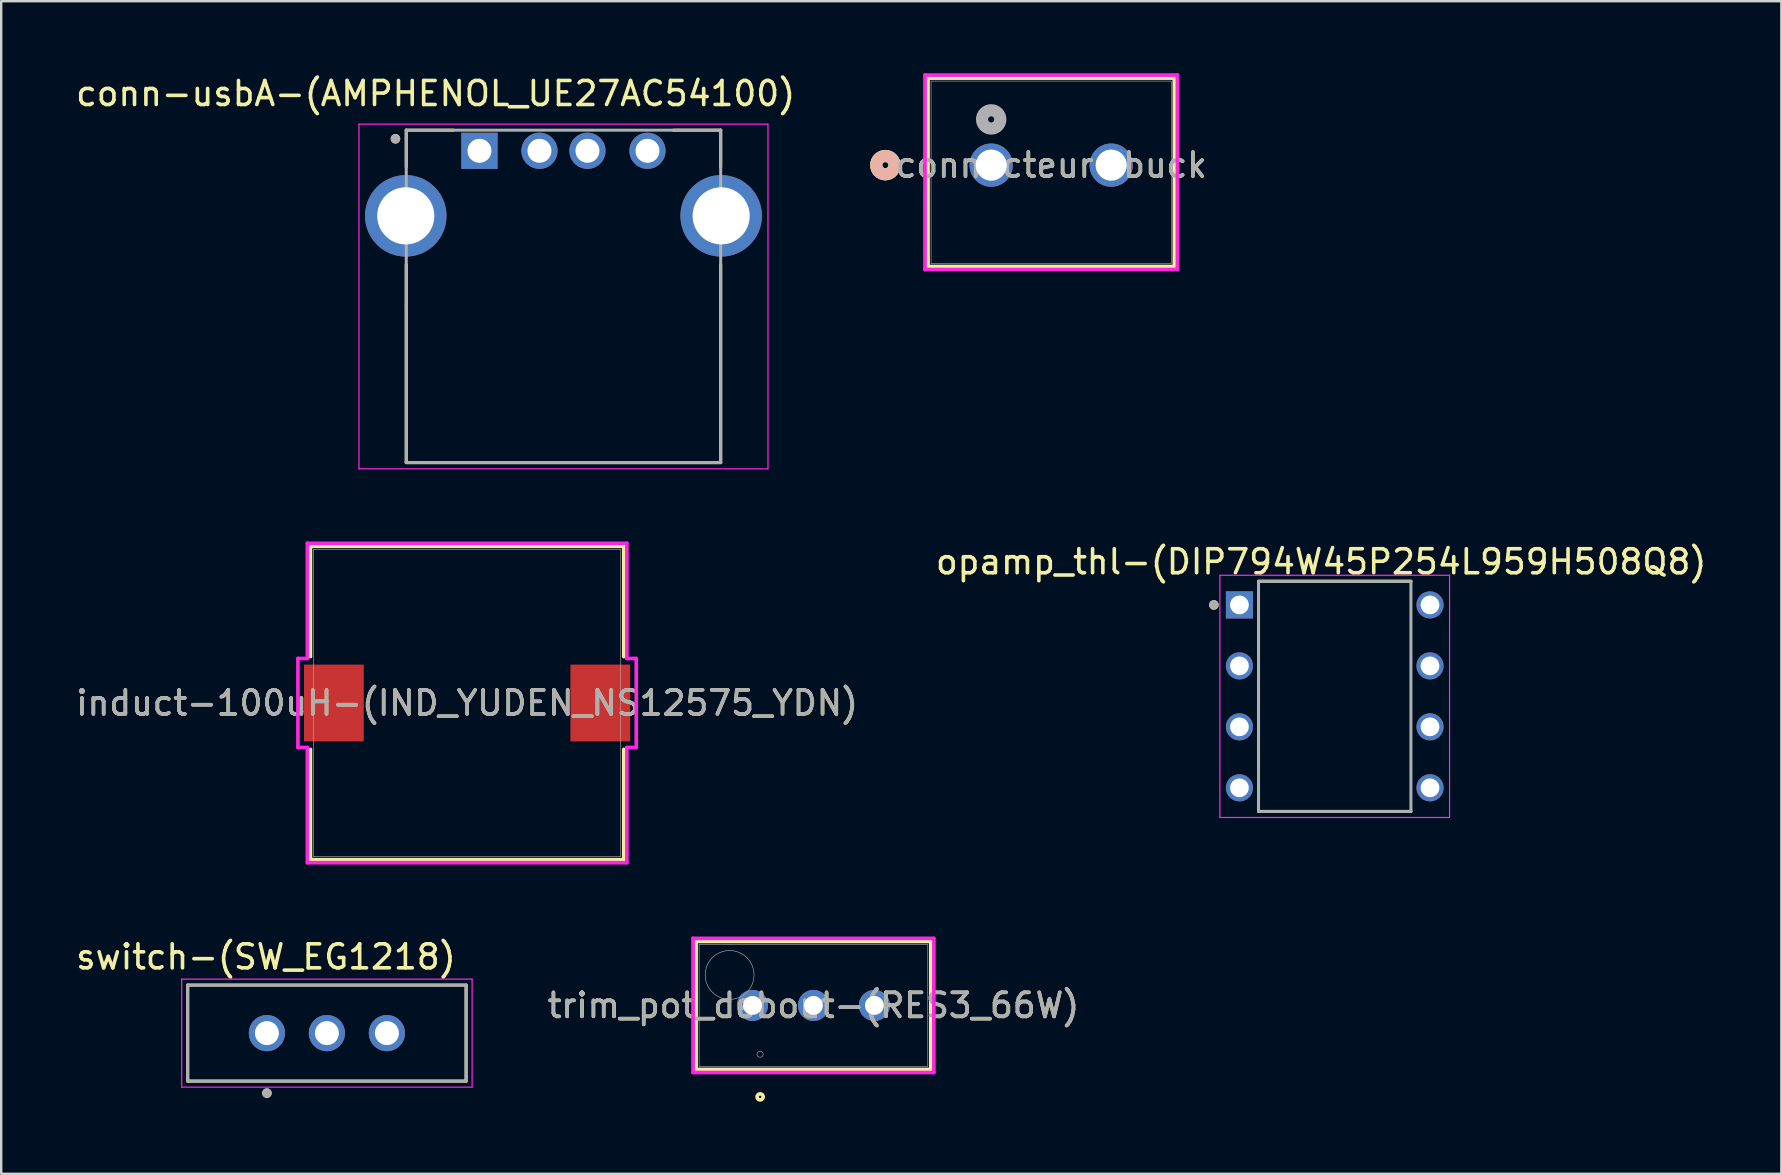
<source format=kicad_pcb>
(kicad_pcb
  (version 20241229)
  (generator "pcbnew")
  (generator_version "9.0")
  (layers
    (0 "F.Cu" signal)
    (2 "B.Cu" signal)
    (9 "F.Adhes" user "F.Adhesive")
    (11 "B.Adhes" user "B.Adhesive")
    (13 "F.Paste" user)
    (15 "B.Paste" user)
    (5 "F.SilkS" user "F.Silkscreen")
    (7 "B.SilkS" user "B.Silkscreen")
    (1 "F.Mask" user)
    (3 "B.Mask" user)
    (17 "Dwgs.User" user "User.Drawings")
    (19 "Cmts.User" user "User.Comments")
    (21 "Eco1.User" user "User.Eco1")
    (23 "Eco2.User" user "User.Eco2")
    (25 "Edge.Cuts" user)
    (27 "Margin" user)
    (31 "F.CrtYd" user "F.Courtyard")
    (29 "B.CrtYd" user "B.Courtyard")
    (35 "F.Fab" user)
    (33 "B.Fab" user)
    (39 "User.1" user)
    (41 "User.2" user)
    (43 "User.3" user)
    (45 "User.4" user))
  (footprint "opamp_thl-(DIP794W45P254L959H508Q8)"
    (layer "F.Cu")
    (at 52.559 25.963)
    (property "Reference" "opamp_thl-(DIP794W45P254L959H508Q8)" (at -0.565 -5.607 0) (layer "F.SilkS") (effects (font (size 1 1) (thickness 0.15))))
    (attr through_hole)
    (fp_line (start -3.175 -4.795) (end 3.175 -4.795) (stroke (width 0.127) (type solid)) (layer "F.SilkS"))
    (fp_line (start -3.175 4.795) (end 3.175 4.795) (stroke (width 0.127) (type solid)) (layer "F.SilkS"))
    (fp_circle (center -5.035 -3.81) (end -4.935 -3.81) (stroke (width 0.2) (type solid)) (fill no) (layer "F.SilkS"))
    (fp_line (start -4.785 -5.045) (end -4.785 5.045) (stroke (width 0.05) (type solid)) (layer "F.CrtYd"))
    (fp_line (start 4.785 -5.045) (end -4.785 -5.045) (stroke (width 0.05) (type solid)) (layer "F.CrtYd"))
    (fp_line (start 4.785 -5.045) (end 4.785 5.045) (stroke (width 0.05) (type solid)) (layer "F.CrtYd"))
    (fp_line (start 4.785 5.045) (end -4.785 5.045) (stroke (width 0.05) (type solid)) (layer "F.CrtYd"))
    (fp_line (start -3.175 -4.795) (end -3.175 4.795) (stroke (width 0.127) (type solid)) (layer "F.Fab"))
    (fp_line (start -3.175 -4.795) (end 3.175 -4.795) (stroke (width 0.127) (type solid)) (layer "F.Fab"))
    (fp_line (start -3.175 4.795) (end 3.175 4.795) (stroke (width 0.127) (type solid)) (layer "F.Fab"))
    (fp_line (start 3.175 -4.795) (end 3.175 4.795) (stroke (width 0.127) (type solid)) (layer "F.Fab"))
    (fp_circle (center -5.035 -3.81) (end -4.935 -3.81) (stroke (width 0.2) (type solid)) (fill no) (layer "F.Fab"))
    (pad "1" thru_hole rect (at -3.97 -3.81) (size 1.13 1.13) (drill 0.78) (layers "*.Cu" "*.Mask"))
    (pad "2" thru_hole circle (at -3.97 -1.27) (size 1.13 1.13) (drill 0.78) (layers "*.Cu" "*.Mask"))
    (pad "3" thru_hole circle (at -3.97 1.27) (size 1.13 1.13) (drill 0.78) (layers "*.Cu" "*.Mask"))
    (pad "4" thru_hole circle (at -3.97 3.81) (size 1.13 1.13) (drill 0.78) (layers "*.Cu" "*.Mask"))
    (pad "5" thru_hole circle (at 3.97 3.81) (size 1.13 1.13) (drill 0.78) (layers "*.Cu" "*.Mask"))
    (pad "6" thru_hole circle (at 3.97 1.27) (size 1.13 1.13) (drill 0.78) (layers "*.Cu" "*.Mask"))
    (pad "7" thru_hole circle (at 3.97 -1.27) (size 1.13 1.13) (drill 0.78) (layers "*.Cu" "*.Mask"))
    (pad "8" thru_hole circle (at 3.97 -3.81) (size 1.13 1.13) (drill 0.78) (layers "*.Cu" "*.Mask")))
  (footprint "switch-(SW_EG1218)"
    (layer "F.Cu")
    (at 10.57 39.993)
    (property "Reference" "switch-(SW_EG1218)" (at -2.54 -3.175 0) (layer "F.SilkS") (effects (font (size 1 1) (thickness 0.15))))
    (attr through_hole)
    (fp_line (start -5.8 -2) (end 5.8 -2) (stroke (width 0.127) (type solid)) (layer "F.SilkS"))
    (fp_line (start -5.8 2) (end -5.8 -2) (stroke (width 0.127) (type solid)) (layer "F.SilkS"))
    (fp_line (start 5.8 -2) (end 5.8 2) (stroke (width 0.127) (type solid)) (layer "F.SilkS"))
    (fp_line (start 5.8 2) (end -5.8 2) (stroke (width 0.127) (type solid)) (layer "F.SilkS"))
    (fp_circle (center -2.5 2.5) (end -2.4 2.5) (stroke (width 0.2) (type solid)) (fill no) (layer "F.SilkS"))
    (fp_line (start -6.05 -2.25) (end 6.05 -2.25) (stroke (width 0.05) (type solid)) (layer "F.CrtYd"))
    (fp_line (start -6.05 2.25) (end -6.05 -2.25) (stroke (width 0.05) (type solid)) (layer "F.CrtYd"))
    (fp_line (start 6.05 -2.25) (end 6.05 2.25) (stroke (width 0.05) (type solid)) (layer "F.CrtYd"))
    (fp_line (start 6.05 2.25) (end -6.05 2.25) (stroke (width 0.05) (type solid)) (layer "F.CrtYd"))
    (fp_line (start -5.8 -2) (end 5.8 -2) (stroke (width 0.127) (type solid)) (layer "F.Fab"))
    (fp_line (start -5.8 2) (end -5.8 -2) (stroke (width 0.127) (type solid)) (layer "F.Fab"))
    (fp_line (start 5.8 -2) (end 5.8 2) (stroke (width 0.127) (type solid)) (layer "F.Fab"))
    (fp_line (start 5.8 2) (end -5.8 2) (stroke (width 0.127) (type solid)) (layer "F.Fab"))
    (fp_circle (center -2.5 2.5) (end -2.4 2.5) (stroke (width 0.2) (type solid)) (fill no) (layer "F.Fab"))
    (pad "1" thru_hole circle (at -2.5 0) (size 1.508 1.508) (drill 1) (layers "*.Cu" "*.Mask"))
    (pad "2" thru_hole circle (at 0 0) (size 1.508 1.508) (drill 1) (layers "*.Cu" "*.Mask"))
    (pad "3" thru_hole circle (at 2.5 0) (size 1.508 1.508) (drill 1) (layers "*.Cu" "*.Mask")))
  (footprint "induct-100uH-(IND_YUDEN_NS12575_YDN)"
    (layer "F.Cu")
    (at 16.411 26.239)
    (property "Reference" "induct-100uH-(IND_YUDEN_NS12575_YDN)" (at 0 0 0) (unlocked yes) (layer "F.SilkS") (effects (font (size 1 1) (thickness 0.15))))
    (attr smd)
    (fp_line (start -6.528 -6.528) (end -6.528 -1.933) (stroke (width 0.152) (type solid)) (layer "F.SilkS"))
    (fp_line (start -6.528 1.933) (end -6.528 6.528) (stroke (width 0.152) (type solid)) (layer "F.SilkS"))
    (fp_line (start -6.528 6.528) (end 6.528 6.528) (stroke (width 0.152) (type solid)) (layer "F.SilkS"))
    (fp_line (start 6.528 -6.528) (end -6.528 -6.528) (stroke (width 0.152) (type solid)) (layer "F.SilkS"))
    (fp_line (start 6.528 -1.933) (end 6.528 -6.528) (stroke (width 0.152) (type solid)) (layer "F.SilkS"))
    (fp_line (start 6.528 6.528) (end 6.528 1.933) (stroke (width 0.152) (type solid)) (layer "F.SilkS"))
    (fp_line (start -7.048 -1.854) (end -6.655 -1.854) (stroke (width 0.152) (type solid)) (layer "F.CrtYd"))
    (fp_line (start -7.048 1.854) (end -7.048 -1.854) (stroke (width 0.152) (type solid)) (layer "F.CrtYd"))
    (fp_line (start -6.655 -6.655) (end 6.655 -6.655) (stroke (width 0.152) (type solid)) (layer "F.CrtYd"))
    (fp_line (start -6.655 -1.854) (end -6.655 -6.655) (stroke (width 0.152) (type solid)) (layer "F.CrtYd"))
    (fp_line (start -6.655 1.854) (end -7.048 1.854) (stroke (width 0.152) (type solid)) (layer "F.CrtYd"))
    (fp_line (start -6.655 6.655) (end -6.655 1.854) (stroke (width 0.152) (type solid)) (layer "F.CrtYd"))
    (fp_line (start 6.655 -6.655) (end 6.655 -1.854) (stroke (width 0.152) (type solid)) (layer "F.CrtYd"))
    (fp_line (start 6.655 -1.854) (end 7.048 -1.854) (stroke (width 0.152) (type solid)) (layer "F.CrtYd"))
    (fp_line (start 6.655 1.854) (end 6.655 6.655) (stroke (width 0.152) (type solid)) (layer "F.CrtYd"))
    (fp_line (start 6.655 6.655) (end -6.655 6.655) (stroke (width 0.152) (type solid)) (layer "F.CrtYd"))
    (fp_line (start 7.048 -1.854) (end 7.048 1.854) (stroke (width 0.152) (type solid)) (layer "F.CrtYd"))
    (fp_line (start 7.048 1.854) (end 6.655 1.854) (stroke (width 0.152) (type solid)) (layer "F.CrtYd"))
    (fp_line (start -6.401 -6.401) (end -6.401 6.401) (stroke (width 0.025) (type solid)) (layer "F.Fab"))
    (fp_line (start -6.401 6.401) (end 6.401 6.401) (stroke (width 0.025) (type solid)) (layer "F.Fab"))
    (fp_line (start 6.401 -6.401) (end -6.401 -6.401) (stroke (width 0.025) (type solid)) (layer "F.Fab"))
    (fp_line (start 6.401 6.401) (end 6.401 -6.401) (stroke (width 0.025) (type solid)) (layer "F.Fab"))
    (fp_circle (center -6.325 0) (end -6.325 0) (stroke (width 0.025) (type solid)) (fill no) (layer "F.Fab"))
    (fp_text user "${REFERENCE}" (at 0 0 0) (unlocked yes) (layer "F.Fab") (effects (font (size 1 1) (thickness 0.15))))
    (pad "1" smd rect (at -5.55 0) (size 2.489 3.2) (layers "F.Cu" "F.Mask" "F.Paste"))
    (pad "2" smd rect (at 5.55 0) (size 2.489 3.2) (layers "F.Cu" "F.Mask" "F.Paste"))
    (zone (net_name "") (layer "F.Cu") (hatch full 0.508) (connect_pads) (min_thickness 0.254) (filled_areas_thickness no) (keepout (tracks not_allowed) (vias not_allowed) (pads allowed) (copperpour not_allowed) (footprints allowed)) (placement (enabled no)) (fill) (polygon (pts (xy 12.156 19.889) (xy 20.665 19.889) (xy 20.665 32.589) (xy 12.156 32.589)))))
  (footprint "connecteur-buck"
    (layer "F.Cu")
    (at 38.246 3.83)
    (property "Reference" "connecteur-buck" (at 2.5 0 0) (unlocked yes) (layer "F.SilkS") (effects (font (size 1 1) (thickness 0.15))))
    (attr through_hole)
    (fp_line (start -2.631 -3.627) (end -2.631 4.222) (stroke (width 0.152) (type solid)) (layer "F.SilkS"))
    (fp_line (start -2.631 4.222) (end 7.631 4.222) (stroke (width 0.152) (type solid)) (layer "F.SilkS"))
    (fp_line (start 7.631 -3.627) (end -2.631 -3.627) (stroke (width 0.152) (type solid)) (layer "F.SilkS"))
    (fp_line (start 7.631 4.222) (end 7.631 -3.627) (stroke (width 0.152) (type solid)) (layer "F.SilkS"))
    (fp_circle (center -4.409 0) (end -4.028 0) (stroke (width 0.508) (type solid)) (fill no) (layer "F.SilkS"))
    (fp_circle (center -4.409 0) (end -4.028 0) (stroke (width 0.508) (type solid)) (fill no) (layer "B.SilkS"))
    (fp_line (start -2.758 -3.754) (end -2.758 4.349) (stroke (width 0.152) (type solid)) (layer "F.CrtYd"))
    (fp_line (start -2.758 4.349) (end 7.758 4.349) (stroke (width 0.152) (type solid)) (layer "F.CrtYd"))
    (fp_line (start 7.758 -3.754) (end -2.758 -3.754) (stroke (width 0.152) (type solid)) (layer "F.CrtYd"))
    (fp_line (start 7.758 4.349) (end 7.758 -3.754) (stroke (width 0.152) (type solid)) (layer "F.CrtYd"))
    (fp_line (start -2.504 -3.5) (end -2.504 4.095) (stroke (width 0.025) (type solid)) (layer "F.Fab"))
    (fp_line (start -2.504 4.095) (end 7.504 4.095) (stroke (width 0.025) (type solid)) (layer "F.Fab"))
    (fp_line (start 7.504 -3.5) (end -2.504 -3.5) (stroke (width 0.025) (type solid)) (layer "F.Fab"))
    (fp_line (start 7.504 4.095) (end 7.504 -3.5) (stroke (width 0.025) (type solid)) (layer "F.Fab"))
    (fp_circle (center 0 -1.905) (end 0.381 -1.905) (stroke (width 0.508) (type solid)) (fill no) (layer "F.Fab"))
    (fp_text user "${REFERENCE}" (at 2.5 0 0) (unlocked yes) (layer "F.Fab") (effects (font (size 1 1) (thickness 0.15))))
    (pad "1" thru_hole circle (at 0 0) (size 1.803 1.803) (drill 1.295) (layers "*.Cu" "*.Mask"))
    (pad "2" thru_hole circle (at 5 0) (size 1.803 1.803) (drill 1.295) (layers "*.Cu" "*.Mask")))
  (footprint "trim_pot_debout-(RES3_66W)"
    (layer "F.Cu")
    (at 28.301 38.84)
    (property "Reference" "trim_pot_debout-(RES3_66W)" (at 2.54 0 0) (unlocked yes) (layer "F.SilkS") (effects (font (size 1 1) (thickness 0.15))))
    (attr through_hole)
    (fp_line (start -2.349 -2.667) (end -2.349 2.667) (stroke (width 0.152) (type solid)) (layer "F.SilkS"))
    (fp_line (start -2.349 2.667) (end 7.429 2.667) (stroke (width 0.152) (type solid)) (layer "F.SilkS"))
    (fp_line (start 7.429 -2.667) (end -2.349 -2.667) (stroke (width 0.152) (type solid)) (layer "F.SilkS"))
    (fp_line (start 7.429 2.667) (end 7.429 -2.667) (stroke (width 0.152) (type solid)) (layer "F.SilkS"))
    (fp_circle (center 0.318 3.81) (end 0.445 3.81) (stroke (width 0.152) (type solid)) (fill no) (layer "F.SilkS"))
    (fp_line (start -2.477 -2.794) (end 7.556 -2.794) (stroke (width 0.152) (type solid)) (layer "F.CrtYd"))
    (fp_line (start -2.477 2.794) (end -2.477 -2.794) (stroke (width 0.152) (type solid)) (layer "F.CrtYd"))
    (fp_line (start 7.556 -2.794) (end 7.556 2.794) (stroke (width 0.152) (type solid)) (layer "F.CrtYd"))
    (fp_line (start 7.556 2.794) (end -2.477 2.794) (stroke (width 0.152) (type solid)) (layer "F.CrtYd"))
    (fp_line (start -2.223 -2.54) (end -2.223 2.54) (stroke (width 0.025) (type solid)) (layer "F.Fab"))
    (fp_line (start -2.223 2.54) (end 7.303 2.54) (stroke (width 0.025) (type solid)) (layer "F.Fab"))
    (fp_line (start 7.303 -2.54) (end -2.223 -2.54) (stroke (width 0.025) (type solid)) (layer "F.Fab"))
    (fp_line (start 7.303 2.54) (end 7.303 -2.54) (stroke (width 0.025) (type solid)) (layer "F.Fab"))
    (fp_circle (center -0.953 -1.27) (end 0.064 -1.27) (stroke (width 0.025) (type solid)) (fill no) (layer "F.Fab"))
    (fp_circle (center 0.318 2.032) (end 0.445 2.032) (stroke (width 0.025) (type solid)) (fill no) (layer "F.Fab"))
    (fp_text user "${REFERENCE}" (at 2.54 0 0) (unlocked yes) (layer "F.Fab") (effects (font (size 1 1) (thickness 0.15))))
    (pad "1" thru_hole circle (at 0 0) (size 1.295 1.295) (drill 0.787) (layers "*.Cu" "*.Mask"))
    (pad "2" thru_hole circle (at 2.54 0) (size 1.295 1.295) (drill 0.787) (layers "*.Cu" "*.Mask"))
    (pad "3" thru_hole circle (at 5.08 0) (size 1.295 1.295) (drill 0.787) (layers "*.Cu" "*.Mask")))
  (footprint "conn-usbA-(AMPHENOL_UE27AC54100)"
    (layer "F.Cu")
    (at 20.426 3.233)
    (property "Reference" "conn-usbA-(AMPHENOL_UE27AC54100)" (at -5.325 -2.385 0) (layer "F.SilkS") (effects (font (size 1 1) (thickness 0.15))))
    (attr through_hole)
    (fp_line (start -6.55 -0.86) (end -4.58 -0.86) (stroke (width 0.127) (type solid)) (layer "F.SilkS"))
    (fp_line (start -6.55 0.68) (end -6.55 -0.86) (stroke (width 0.127) (type solid)) (layer "F.SilkS"))
    (fp_line (start -6.55 4.74) (end -6.55 12.99) (stroke (width 0.127) (type solid)) (layer "F.SilkS"))
    (fp_line (start -6.55 12.99) (end 6.55 12.99) (stroke (width 0.127) (type solid)) (layer "F.SilkS"))
    (fp_line (start 4.58 -0.86) (end 6.55 -0.86) (stroke (width 0.127) (type solid)) (layer "F.SilkS"))
    (fp_line (start 6.55 -0.86) (end 6.55 0.68) (stroke (width 0.127) (type solid)) (layer "F.SilkS"))
    (fp_line (start 6.55 12.99) (end 6.55 4.74) (stroke (width 0.127) (type solid)) (layer "F.SilkS"))
    (fp_circle (center -7 -0.5) (end -6.9 -0.5) (stroke (width 0.2) (type solid)) (fill no) (layer "F.SilkS"))
    (fp_line (start -8.52 -1.11) (end -8.52 13.25) (stroke (width 0.05) (type solid)) (layer "F.CrtYd"))
    (fp_line (start -8.52 13.25) (end 8.52 13.25) (stroke (width 0.05) (type solid)) (layer "F.CrtYd"))
    (fp_line (start 8.52 -1.11) (end -8.52 -1.11) (stroke (width 0.05) (type solid)) (layer "F.CrtYd"))
    (fp_line (start 8.52 13.25) (end 8.52 -1.11) (stroke (width 0.05) (type solid)) (layer "F.CrtYd"))
    (fp_line (start -6.55 -0.86) (end 6.55 -0.86) (stroke (width 0.127) (type solid)) (layer "F.Fab"))
    (fp_line (start -6.55 6.44) (end -6.55 -0.86) (stroke (width 0.127) (type solid)) (layer "F.Fab"))
    (fp_line (start -6.55 12.99) (end -6.55 6.44) (stroke (width 0.127) (type solid)) (layer "F.Fab"))
    (fp_line (start 6.55 -0.86) (end 6.55 12.99) (stroke (width 0.127) (type solid)) (layer "F.Fab"))
    (fp_line (start 6.55 12.99) (end -6.55 12.99) (stroke (width 0.127) (type solid)) (layer "F.Fab"))
    (fp_circle (center -7 -0.5) (end -6.9 -0.5) (stroke (width 0.2) (type solid)) (fill no) (layer "F.Fab"))
    (pad "1" thru_hole rect (at -3.5 0) (size 1.508 1.508) (drill 1) (layers "*.Cu" "*.Mask"))
    (pad "2" thru_hole circle (at -1 0) (size 1.508 1.508) (drill 1) (layers "*.Cu" "*.Mask"))
    (pad "3" thru_hole circle (at 1 0) (size 1.508 1.508) (drill 1) (layers "*.Cu" "*.Mask"))
    (pad "4" thru_hole circle (at 3.5 0) (size 1.508 1.508) (drill 1) (layers "*.Cu" "*.Mask"))
    (pad "S1" thru_hole circle (at -6.57 2.71) (size 3.396 3.396) (drill 2.38) (layers "*.Cu" "*.Mask"))
    (pad "S2" thru_hole circle (at 6.57 2.71) (size 3.396 3.396) (drill 2.38) (layers "*.Cu" "*.Mask")))
  (gr_rect
    (start -3 -3)
    (end 71.167 45.854)
    (stroke (width 0.1) (type default))
    (fill no)
    (layer "Edge.Cuts")))
</source>
